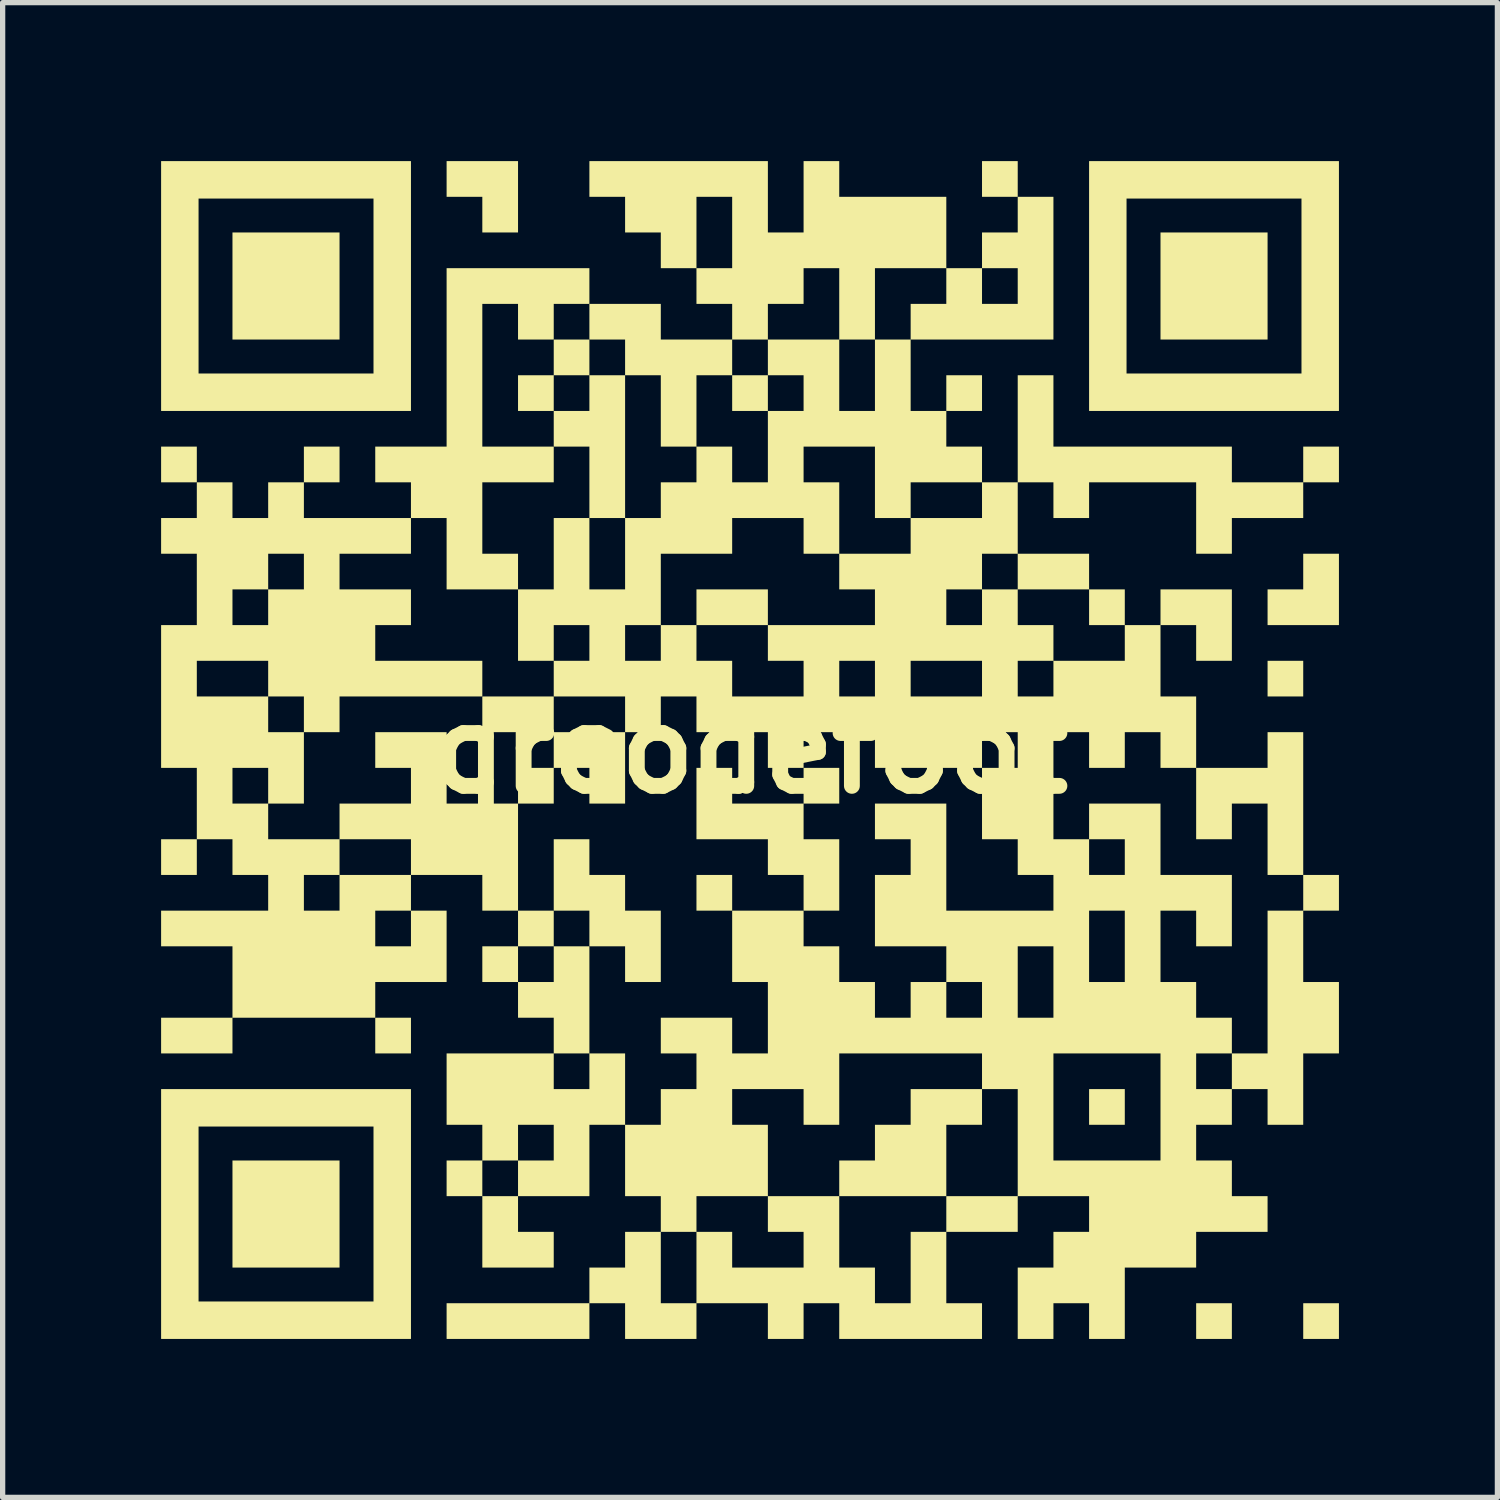
<source format=kicad_pcb>
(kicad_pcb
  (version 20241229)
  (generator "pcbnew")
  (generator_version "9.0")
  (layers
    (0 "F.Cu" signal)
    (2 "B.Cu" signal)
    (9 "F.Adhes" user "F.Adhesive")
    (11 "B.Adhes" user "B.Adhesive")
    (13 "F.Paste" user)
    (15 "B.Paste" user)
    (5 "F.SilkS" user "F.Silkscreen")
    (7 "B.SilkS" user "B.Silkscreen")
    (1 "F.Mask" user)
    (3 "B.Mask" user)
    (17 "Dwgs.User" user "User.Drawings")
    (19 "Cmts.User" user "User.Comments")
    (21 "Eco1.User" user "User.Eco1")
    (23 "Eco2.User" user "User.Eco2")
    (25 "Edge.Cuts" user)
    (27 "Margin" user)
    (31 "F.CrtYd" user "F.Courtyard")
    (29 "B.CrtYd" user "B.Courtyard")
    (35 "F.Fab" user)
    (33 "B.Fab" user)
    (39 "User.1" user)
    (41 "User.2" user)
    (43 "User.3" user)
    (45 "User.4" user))
  (footprint "qrcodefoot"
    (layer "F.Cu")
    (at 11.149 11.149)
    (property "Reference" "qrcodefoot" (at 0 0 0) (layer "F.SilkS") (effects (font (size 1.5 1.5) (thickness 0.3))))
    (attr board_only exclude_from_pos_files exclude_from_bom)
    (fp_poly (pts (xy -10.473 -5.406) (xy -10.473 -5.068) (xy -10.811 -5.068) (xy -11.149 -5.068) (xy -11.149 -5.406) (xy -11.149 -5.744) (xy -10.811 -5.744) (xy -10.473 -5.744)) (stroke (width 0) (type solid)) (fill yes) (layer "F.SilkS"))
    (fp_poly (pts (xy -7.771 -8.784) (xy -7.771 -7.771) (xy -8.784 -7.771) (xy -9.798 -7.771) (xy -9.798 -8.784) (xy -9.798 -9.798) (xy -8.784 -9.798) (xy -7.771 -9.798)) (stroke (width 0) (type solid)) (fill yes) (layer "F.SilkS"))
    (fp_poly (pts (xy -7.771 8.784) (xy -7.771 9.798) (xy -8.784 9.798) (xy -9.798 9.798) (xy -9.798 8.784) (xy -9.798 7.771) (xy -8.784 7.771) (xy -7.771 7.771)) (stroke (width 0) (type solid)) (fill yes) (layer "F.SilkS"))
    (fp_poly (pts (xy -6.419 5.406) (xy -6.419 5.744) (xy -6.757 5.744) (xy -7.095 5.744) (xy -7.095 5.406) (xy -7.095 5.068) (xy -6.757 5.068) (xy -6.419 5.068)) (stroke (width 0) (type solid)) (fill yes) (layer "F.SilkS"))
    (fp_poly (pts (xy -3.716 -0.676) (xy -3.716 -0.338) (xy -4.392 -0.338) (xy -5.068 -0.338) (xy -5.068 -0.676) (xy -5.068 -1.014) (xy -4.392 -1.014) (xy -3.716 -1.014)) (stroke (width 0) (type solid)) (fill yes) (layer "F.SilkS"))
    (fp_poly (pts (xy -0.338 2.703) (xy -0.338 3.041) (xy -0.676 3.041) (xy -1.014 3.041) (xy -1.014 2.703) (xy -1.014 2.365) (xy -0.676 2.365) (xy -0.338 2.365)) (stroke (width 0) (type solid)) (fill yes) (layer "F.SilkS"))
    (fp_poly (pts (xy 0.338 -6.757) (xy 0.338 -6.419) (xy -0.000001 -6.419) (xy -0.338 -6.419) (xy -0.338 -6.757) (xy -0.338 -7.095) (xy -0.000001 -7.095) (xy 0.338 -7.095)) (stroke (width 0) (type solid)) (fill yes) (layer "F.SilkS"))
    (fp_poly (pts (xy 0.338 -2.703) (xy 0.338 -2.365) (xy -0.338 -2.365) (xy -1.014 -2.365) (xy -1.014 -2.703) (xy -1.014 -3.041) (xy -0.338 -3.041) (xy 0.338 -3.041)) (stroke (width 0) (type solid)) (fill yes) (layer "F.SilkS"))
    (fp_poly (pts (xy 5.068 -10.811) (xy 5.068 -10.473) (xy 4.73 -10.473) (xy 4.392 -10.473) (xy 4.392 -10.811) (xy 4.392 -11.149) (xy 4.73 -11.149) (xy 5.068 -11.149)) (stroke (width 0) (type solid)) (fill yes) (layer "F.SilkS"))
    (fp_poly (pts (xy 7.095 6.757) (xy 7.095 7.095) (xy 6.757 7.095) (xy 6.419 7.095) (xy 6.419 6.757) (xy 6.419 6.419) (xy 6.757 6.419) (xy 7.095 6.419)) (stroke (width 0) (type solid)) (fill yes) (layer "F.SilkS"))
    (fp_poly (pts (xy 9.122 10.811) (xy 9.122 11.149) (xy 8.784 11.149) (xy 8.446 11.149) (xy 8.446 10.811) (xy 8.446 10.473) (xy 8.784 10.473) (xy 9.122 10.473)) (stroke (width 0) (type solid)) (fill yes) (layer "F.SilkS"))
    (fp_poly (pts (xy 9.798 -8.784) (xy 9.798 -7.771) (xy 8.784 -7.771) (xy 7.771 -7.771) (xy 7.771 -8.784) (xy 7.771 -9.798) (xy 8.784 -9.798) (xy 9.798 -9.798)) (stroke (width 0) (type solid)) (fill yes) (layer "F.SilkS"))
    (fp_poly (pts (xy 10.473 -1.351) (xy 10.473 -1.014) (xy 10.136 -1.014) (xy 9.798 -1.014) (xy 9.798 -1.351) (xy 9.798 -1.689) (xy 10.136 -1.689) (xy 10.473 -1.689)) (stroke (width 0) (type solid)) (fill yes) (layer "F.SilkS"))
    (fp_poly (pts (xy 11.149 10.811) (xy 11.149 11.149) (xy 10.811 11.149) (xy 10.473 11.149) (xy 10.473 10.811) (xy 10.473 10.473) (xy 10.811 10.473) (xy 11.149 10.473)) (stroke (width 0) (type solid)) (fill yes) (layer "F.SilkS"))
    (fp_poly (pts (xy -4.392 -10.473) (xy -4.392 -9.798) (xy -4.73 -9.798) (xy -5.068 -9.798) (xy -5.068 -10.136) (xy -5.068 -10.473) (xy -5.406 -10.473) (xy -5.744 -10.473) (xy -5.744 -10.811) (xy -5.744 -11.149) (xy -5.068 -11.149) (xy -4.392 -11.149)) (stroke (width 0) (type solid)) (fill yes) (layer "F.SilkS"))
    (fp_poly (pts (xy 11.149 -3.041) (xy 11.149 -2.365) (xy 10.473 -2.365) (xy 9.798 -2.365) (xy 9.798 -2.703) (xy 9.798 -3.041) (xy 10.136 -3.041) (xy 10.473 -3.041) (xy 10.473 -3.379) (xy 10.473 -3.716) (xy 10.811 -3.716) (xy 11.149 -3.716)) (stroke (width 0) (type solid)) (fill yes) (layer "F.SilkS"))
    (fp_poly (pts (xy -6.419 -8.784) (xy -6.419 -6.419) (xy -8.784 -6.419) (xy -11.149 -6.419) (xy -11.149 -8.784) (xy -10.44 -8.784) (xy -10.44 -7.128) (xy -8.784 -7.128) (xy -7.128 -7.128) (xy -7.128 -8.784) (xy -7.128 -10.44) (xy -8.784 -10.44) (xy -10.44 -10.44) (xy -10.44 -8.784) (xy -11.149 -8.784) (xy -11.149 -11.149) (xy -8.784 -11.149) (xy -6.419 -11.149)) (stroke (width 0) (type solid)) (fill yes) (layer "F.SilkS"))
    (fp_poly (pts (xy -6.419 8.784) (xy -6.419 11.149) (xy -8.784 11.149) (xy -11.149 11.149) (xy -11.149 8.784) (xy -10.44 8.784) (xy -10.44 10.44) (xy -8.784 10.44) (xy -7.128 10.44) (xy -7.128 8.784) (xy -7.128 7.128) (xy -8.784 7.128) (xy -10.44 7.128) (xy -10.44 8.784) (xy -11.149 8.784) (xy -11.149 6.419) (xy -8.784 6.419) (xy -6.419 6.419)) (stroke (width 0) (type solid)) (fill yes) (layer "F.SilkS"))
    (fp_poly (pts (xy 11.149 -8.784) (xy 11.149 -6.419) (xy 8.784 -6.419) (xy 6.419 -6.419) (xy 6.419 -8.784) (xy 7.128 -8.784) (xy 7.128 -7.128) (xy 8.784 -7.128) (xy 10.44 -7.128) (xy 10.44 -8.784) (xy 10.44 -10.44) (xy 8.784 -10.44) (xy 7.128 -10.44) (xy 7.128 -8.784) (xy 6.419 -8.784) (xy 6.419 -11.149) (xy 8.784 -11.149) (xy 11.149 -11.149)) (stroke (width 0) (type solid)) (fill yes) (layer "F.SilkS"))
    (fp_poly (pts (xy -2.365 0.338) (xy -2.365 1.014) (xy -2.703 1.014) (xy -3.041 1.014) (xy -3.041 0.676) (xy -3.041 0.338) (xy -3.379 0.338) (xy -3.716 0.338) (xy -3.716 0.676) (xy -3.716 1.014) (xy -4.054 1.014) (xy -4.392 1.014) (xy -4.392 0.676) (xy -4.392 0.338) (xy -4.054 0.338) (xy -3.716 0.338) (xy -3.716 -0.000001) (xy -3.716 -0.338) (xy -3.041 -0.338) (xy -2.365 -0.338)) (stroke (width 0) (type solid)) (fill yes) (layer "F.SilkS"))
    (fp_poly (pts (xy 4.392 6.757) (xy 4.392 7.095) (xy 4.054 7.095) (xy 3.716 7.095) (xy 3.716 7.771) (xy 3.716 8.446) (xy 2.703 8.446) (xy 1.689 8.446) (xy 1.689 8.109) (xy 1.689 7.771) (xy 2.027 7.771) (xy 2.365 7.771) (xy 2.365 7.433) (xy 2.365 7.095) (xy 2.703 7.095) (xy 3.041 7.095) (xy 3.041 6.757) (xy 3.041 6.419) (xy 3.716 6.419) (xy 4.392 6.419)) (stroke (width 0) (type solid)) (fill yes) (layer "F.SilkS"))
    (fp_poly (pts (xy -3.041 2.027) (xy -3.041 2.365) (xy -2.703 2.365) (xy -2.365 2.365) (xy -2.365 2.703) (xy -2.365 3.041) (xy -2.027 3.041) (xy -1.689 3.041) (xy -1.689 3.716) (xy -1.689 4.392) (xy -2.027 4.392) (xy -2.365 4.392) (xy -2.365 4.054) (xy -2.365 3.716) (xy -2.703 3.716) (xy -3.041 3.716) (xy -3.041 3.379) (xy -3.041 3.041) (xy -3.379 3.041) (xy -3.716 3.041) (xy -3.716 2.365) (xy -3.716 1.689) (xy -3.379 1.689) (xy -3.041 1.689)) (stroke (width 0) (type solid)) (fill yes) (layer "F.SilkS"))
    (fp_poly (pts (xy -3.041 -7.433) (xy -3.041 -7.095) (xy -3.379 -7.095) (xy -3.716 -7.095) (xy -3.716 -6.757) (xy -3.716 -6.419) (xy -3.379 -6.419) (xy -3.041 -6.419) (xy -3.041 -6.757) (xy -3.041 -7.095) (xy -2.703 -7.095) (xy -2.365 -7.095) (xy -2.365 -5.744) (xy -2.365 -4.392) (xy -2.703 -4.392) (xy -3.041 -4.392) (xy -3.041 -5.068) (xy -3.041 -5.744) (xy -3.379 -5.744) (xy -3.716 -5.744) (xy -3.716 -6.081) (xy -3.716 -6.419) (xy -4.054 -6.419) (xy -4.392 -6.419) (xy -4.392 -6.757) (xy -4.392 -7.095) (xy -4.054 -7.095) (xy -3.716 -7.095) (xy -3.716 -7.433) (xy -3.716 -7.771) (xy -3.379 -7.771) (xy -3.041 -7.771)) (stroke (width 0) (type solid)) (fill yes) (layer "F.SilkS"))
    (fp_poly (pts (xy -0.338 0.676) (xy -0.338 1.014) (xy 0.338 1.014) (xy 1.014 1.014) (xy 1.014 0.676) (xy 1.014 0.338) (xy 1.351 0.338) (xy 1.689 0.338) (xy 1.689 0.676) (xy 1.689 1.014) (xy 1.351 1.014) (xy 1.014 1.014) (xy 1.014 1.351) (xy 1.014 1.689) (xy 1.351 1.689) (xy 1.689 1.689) (xy 1.689 2.365) (xy 1.689 3.041) (xy 1.351 3.041) (xy 1.014 3.041) (xy 1.014 2.703) (xy 1.014 2.365) (xy 0.676 2.365) (xy 0.338 2.365) (xy 0.338 2.027) (xy 0.338 1.689) (xy -0.338 1.689) (xy -1.014 1.689) (xy -1.014 1.014) (xy -1.014 0.338) (xy -0.676 0.338) (xy -0.338 0.338)) (stroke (width 0) (type solid)) (fill yes) (layer "F.SilkS"))
    (fp_poly (pts (xy -3.041 -8.784) (xy -3.041 -8.446) (xy -3.379 -8.446) (xy -3.716 -8.446) (xy -3.716 -8.109) (xy -3.716 -7.771) (xy -4.054 -7.771) (xy -4.392 -7.771) (xy -4.392 -8.109) (xy -4.392 -8.446) (xy -4.73 -8.446) (xy -5.068 -8.446) (xy -5.068 -7.095) (xy -5.068 -5.744) (xy -4.392 -5.744) (xy -3.716 -5.744) (xy -3.716 -5.406) (xy -3.716 -5.068) (xy -4.392 -5.068) (xy -5.068 -5.068) (xy -5.068 -4.392) (xy -5.068 -3.716) (xy -4.73 -3.716) (xy -4.392 -3.716) (xy -4.392 -3.379) (xy -4.392 -3.041) (xy -5.068 -3.041) (xy -5.744 -3.041) (xy -5.744 -3.716) (xy -5.744 -4.392) (xy -6.081 -4.392) (xy -6.419 -4.392) (xy -6.419 -4.054) (xy -6.419 -3.716) (xy -7.095 -3.716) (xy -7.771 -3.716) (xy -7.771 -3.379) (xy -7.771 -3.041) (xy -7.095 -3.041) (xy -6.419 -3.041) (xy -6.419 -2.703) (xy -6.419 -2.365) (xy -6.757 -2.365) (xy -7.095 -2.365) (xy -7.095 -2.027) (xy -7.095 -1.689) (xy -6.081 -1.689) (xy -5.068 -1.689) (xy -5.068 -1.351) (xy -5.068 -1.014) (xy -6.419 -1.014) (xy -7.771 -1.014) (xy -7.771 -0.676) (xy -7.771 -0.338) (xy -8.109 -0.338) (xy -8.446 -0.338) (xy -8.446 -0.676) (xy -8.446 -1.014) (xy -8.784 -1.014) (xy -9.122 -1.014) (xy -9.122 -0.676) (xy -9.122 -0.338) (xy -8.784 -0.338) (xy -8.446 -0.338) (xy -8.446 0.338) (xy -8.446 1.014) (xy -8.784 1.014) (xy -9.122 1.014) (xy -9.122 0.676) (xy -9.122 0.338) (xy -9.46 0.338) (xy -9.798 0.338) (xy -9.798 0.676) (xy -9.798 1.014) (xy -9.46 1.014) (xy -9.122 1.014) (xy -9.122 1.351) (xy -9.122 1.689) (xy -8.446 1.689) (xy -7.771 1.689) (xy -7.771 1.351) (xy -7.771 1.014) (xy -7.095 1.014) (xy -6.419 1.014) (xy -6.419 0.676) (xy -6.419 0.338) (xy -6.757 0.338) (xy -7.095 0.338) (xy -7.095 -0.000001) (xy -7.095 -0.338) (xy -6.419 -0.338) (xy -5.744 -0.338) (xy -5.744 0.338) (xy -5.744 1.014) (xy -5.068 1.014) (xy -4.392 1.014) (xy -4.392 2.027) (xy -4.392 3.041) (xy -4.73 3.041) (xy -5.068 3.041) (xy -5.068 2.703) (xy -5.068 2.365) (xy -5.744 2.365) (xy -6.419 2.365) (xy -6.419 2.703) (xy -6.419 3.041) (xy -6.757 3.041) (xy -7.095 3.041) (xy -7.095 3.379) (xy -7.095 3.716) (xy -6.757 3.716) (xy -6.419 3.716) (xy -6.419 3.379) (xy -6.419 3.041) (xy -6.081 3.041) (xy -5.744 3.041) (xy -5.744 3.716) (xy -5.744 4.392) (xy -6.419 4.392) (xy -7.095 4.392) (xy -7.095 4.73) (xy -7.095 5.068) (xy -8.446 5.068) (xy -9.798 5.068) (xy -9.798 5.406) (xy -9.798 5.744) (xy -10.473 5.744) (xy -11.149 5.744) (xy -11.149 5.406) (xy -11.149 5.068) (xy -10.473 5.068) (xy -9.798 5.068) (xy -9.798 4.392) (xy -9.798 3.716) (xy -10.473 3.716) (xy -11.149 3.716) (xy -11.149 3.379) (xy -11.149 3.041) (xy -10.136 3.041) (xy -9.122 3.041) (xy -9.122 2.703) (xy -9.122 2.365) (xy -8.446 2.365) (xy -8.446 2.703) (xy -8.446 3.041) (xy -8.109 3.041) (xy -7.771 3.041) (xy -7.771 2.703) (xy -7.771 2.365) (xy -7.095 2.365) (xy -6.419 2.365) (xy -6.419 2.027) (xy -6.419 1.689) (xy -7.095 1.689) (xy -7.771 1.689) (xy -7.771 2.027) (xy -7.771 2.365) (xy -8.109 2.365) (xy -8.446 2.365) (xy -9.122 2.365) (xy -9.46 2.365) (xy -9.798 2.365) (xy -9.798 2.027) (xy -9.798 1.689) (xy -10.136 1.689) (xy -10.473 1.689) (xy -10.473 2.027) (xy -10.473 2.365) (xy -10.811 2.365) (xy -11.149 2.365) (xy -11.149 2.027) (xy -11.149 1.689) (xy -10.811 1.689) (xy -10.473 1.689) (xy -10.473 1.014) (xy -10.473 0.338) (xy -10.811 0.338) (xy -11.149 0.338) (xy -11.149 -1.014) (xy -11.149 -1.351) (xy -10.473 -1.351) (xy -10.473 -1.014) (xy -9.798 -1.014) (xy -9.122 -1.014) (xy -9.122 -1.351) (xy -9.122 -1.689) (xy -9.798 -1.689) (xy -10.473 -1.689) (xy -10.473 -1.351) (xy -11.149 -1.351) (xy -11.149 -2.365) (xy -10.811 -2.365) (xy -10.473 -2.365) (xy -10.473 -3.041) (xy -9.798 -3.041) (xy -9.798 -2.703) (xy -9.798 -2.365) (xy -9.46 -2.365) (xy -9.122 -2.365) (xy -9.122 -2.703) (xy -9.122 -3.041) (xy -8.784 -3.041) (xy -8.446 -3.041) (xy -8.446 -3.379) (xy -8.446 -3.716) (xy -8.784 -3.716) (xy -9.122 -3.716) (xy -9.122 -3.379) (xy -9.122 -3.041) (xy -9.46 -3.041) (xy -9.798 -3.041) (xy -10.473 -3.041) (xy -10.473 -3.716) (xy -10.811 -3.716) (xy -11.149 -3.716) (xy -11.149 -4.054) (xy -11.149 -4.392) (xy -10.811 -4.392) (xy -10.473 -4.392) (xy -10.473 -4.73) (xy -10.473 -5.068) (xy -10.136 -5.068) (xy -9.798 -5.068) (xy -9.798 -4.73) (xy -9.798 -4.392) (xy -9.46 -4.392) (xy -9.122 -4.392) (xy -9.122 -4.73) (xy -9.122 -5.068) (xy -8.784 -5.068) (xy -8.446 -5.068) (xy -8.446 -5.406) (xy -8.446 -5.744) (xy -8.109 -5.744) (xy -7.771 -5.744) (xy -7.771 -5.406) (xy -7.771 -5.068) (xy -8.109 -5.068) (xy -8.446 -5.068) (xy -8.446 -4.73) (xy -8.446 -4.392) (xy -7.433 -4.392) (xy -6.419 -4.392) (xy -6.419 -4.73) (xy -6.419 -5.068) (xy -6.757 -5.068) (xy -7.095 -5.068) (xy -7.095 -5.406) (xy -7.095 -5.744) (xy -6.419 -5.744) (xy -5.744 -5.744) (xy -5.744 -7.433) (xy -5.744 -9.122) (xy -4.392 -9.122) (xy -3.041 -9.122)) (stroke (width 0) (type solid)) (fill yes) (layer "F.SilkS"))
    (fp_poly (pts (xy 0.338 -10.473) (xy 0.338 -9.798) (xy 0.676 -9.798) (xy 1.014 -9.798) (xy 1.014 -10.473) (xy 1.014 -11.149) (xy 1.351 -11.149) (xy 1.689 -11.149) (xy 1.689 -10.811) (xy 1.689 -10.473) (xy 2.703 -10.473) (xy 3.716 -10.473) (xy 3.716 -9.798) (xy 3.716 -9.122) (xy 4.054 -9.122) (xy 4.392 -9.122) (xy 4.392 -9.46) (xy 4.392 -9.798) (xy 4.73 -9.798) (xy 5.068 -9.798) (xy 5.068 -10.136) (xy 5.068 -10.473) (xy 5.406 -10.473) (xy 5.744 -10.473) (xy 5.744 -9.122) (xy 5.744 -7.771) (xy 4.392 -7.771) (xy 3.041 -7.771) (xy 3.041 -7.095) (xy 3.041 -6.419) (xy 3.379 -6.419) (xy 3.716 -6.419) (xy 3.716 -6.757) (xy 3.716 -7.095) (xy 4.054 -7.095) (xy 4.392 -7.095) (xy 4.392 -6.757) (xy 4.392 -6.419) (xy 4.054 -6.419) (xy 3.716 -6.419) (xy 3.716 -6.081) (xy 3.716 -5.744) (xy 4.054 -5.744) (xy 4.392 -5.744) (xy 4.392 -5.406) (xy 4.392 -5.068) (xy 4.73 -5.068) (xy 5.068 -5.068) (xy 5.068 -6.081) (xy 5.068 -7.095) (xy 5.406 -7.095) (xy 5.744 -7.095) (xy 5.744 -6.419) (xy 5.744 -5.744) (xy 7.433 -5.744) (xy 9.122 -5.744) (xy 9.122 -5.406) (xy 9.122 -5.068) (xy 9.798 -5.068) (xy 10.473 -5.068) (xy 10.473 -5.406) (xy 10.473 -5.744) (xy 10.811 -5.744) (xy 11.149 -5.744) (xy 11.149 -5.406) (xy 11.149 -5.068) (xy 10.811 -5.068) (xy 10.473 -5.068) (xy 10.473 -4.73) (xy 10.473 -4.392) (xy 9.798 -4.392) (xy 9.122 -4.392) (xy 9.122 -4.054) (xy 9.122 -3.716) (xy 8.784 -3.716) (xy 8.446 -3.716) (xy 8.446 -4.392) (xy 8.446 -5.068) (xy 7.433 -5.068) (xy 6.419 -5.068) (xy 6.419 -4.73) (xy 6.419 -4.392) (xy 6.081 -4.392) (xy 5.744 -4.392) (xy 5.744 -4.73) (xy 5.744 -5.068) (xy 5.406 -5.068) (xy 5.068 -5.068) (xy 5.068 -4.392) (xy 5.068 -3.716) (xy 4.73 -3.716) (xy 4.392 -3.716) (xy 4.392 -3.379) (xy 4.392 -3.041) (xy 4.054 -3.041) (xy 3.716 -3.041) (xy 3.716 -2.703) (xy 3.716 -2.365) (xy 4.054 -2.365) (xy 4.392 -2.365) (xy 4.392 -2.703) (xy 4.392 -3.041) (xy 4.73 -3.041) (xy 5.068 -3.041) (xy 5.068 -3.379) (xy 5.068 -3.716) (xy 5.744 -3.716) (xy 6.419 -3.716) (xy 6.419 -3.379) (xy 6.419 -3.041) (xy 5.744 -3.041) (xy 5.068 -3.041) (xy 5.068 -2.703) (xy 5.068 -2.365) (xy 5.406 -2.365) (xy 5.744 -2.365) (xy 5.744 -2.027) (xy 5.744 -1.689) (xy 5.406 -1.689) (xy 5.068 -1.689) (xy 5.068 -1.351) (xy 5.068 -1.014) (xy 5.406 -1.014) (xy 5.744 -1.014) (xy 5.744 -1.351) (xy 5.744 -1.689) (xy 6.419 -1.689) (xy 7.095 -1.689) (xy 7.095 -2.027) (xy 7.095 -2.365) (xy 6.757 -2.365) (xy 6.419 -2.365) (xy 6.419 -2.703) (xy 6.419 -3.041) (xy 6.757 -3.041) (xy 7.095 -3.041) (xy 7.095 -2.703) (xy 7.095 -2.365) (xy 7.433 -2.365) (xy 7.771 -2.365) (xy 7.771 -2.703) (xy 7.771 -3.041) (xy 8.446 -3.041) (xy 9.122 -3.041) (xy 9.122 -2.365) (xy 9.122 -1.689) (xy 8.784 -1.689) (xy 8.446 -1.689) (xy 8.446 -2.027) (xy 8.446 -2.365) (xy 8.109 -2.365) (xy 7.771 -2.365) (xy 7.771 -1.689) (xy 7.771 -1.014) (xy 8.109 -1.014) (xy 8.446 -1.014) (xy 8.446 -0.338) (xy 8.446 0.338) (xy 9.122 0.338) (xy 9.798 0.338) (xy 9.798 -0.000001) (xy 9.798 -0.338) (xy 10.136 -0.338) (xy 10.473 -0.338) (xy 10.473 1.014) (xy 10.473 2.365) (xy 10.136 2.365) (xy 9.798 2.365) (xy 9.798 1.689) (xy 9.798 1.014) (xy 9.46 1.014) (xy 9.122 1.014) (xy 9.122 1.351) (xy 9.122 1.689) (xy 8.784 1.689) (xy 8.446 1.689) (xy 8.446 1.014) (xy 8.446 0.338) (xy 8.109 0.338) (xy 7.771 0.338) (xy 7.771 -0.000001) (xy 7.771 -0.338) (xy 7.433 -0.338) (xy 7.095 -0.338) (xy 7.095 -0.000001) (xy 7.095 0.338) (xy 6.757 0.338) (xy 6.419 0.338) (xy 6.419 -0.000001) (xy 6.419 -0.338) (xy 6.081 -0.338) (xy 5.744 -0.338) (xy 5.744 0.676) (xy 5.744 1.689) (xy 6.081 1.689) (xy 6.419 1.689) (xy 6.419 1.351) (xy 6.419 1.014) (xy 7.095 1.014) (xy 7.771 1.014) (xy 7.771 1.689) (xy 7.771 2.365) (xy 8.446 2.365) (xy 9.122 2.365) (xy 9.122 3.041) (xy 9.122 3.716) (xy 8.784 3.716) (xy 8.446 3.716) (xy 8.446 3.379) (xy 8.446 3.041) (xy 8.109 3.041) (xy 7.771 3.041) (xy 7.771 3.716) (xy 7.771 4.392) (xy 8.109 4.392) (xy 8.446 4.392) (xy 8.446 4.73) (xy 8.446 5.068) (xy 8.784 5.068) (xy 9.122 5.068) (xy 9.122 5.406) (xy 9.122 5.744) (xy 8.784 5.744) (xy 8.446 5.744) (xy 8.446 6.081) (xy 8.446 6.419) (xy 8.784 6.419) (xy 9.122 6.419) (xy 9.122 6.081) (xy 9.122 5.744) (xy 9.46 5.744) (xy 9.798 5.744) (xy 9.798 4.392) (xy 9.798 3.041) (xy 10.136 3.041) (xy 10.473 3.041) (xy 10.473 2.703) (xy 10.473 2.365) (xy 10.811 2.365) (xy 11.149 2.365) (xy 11.149 2.703) (xy 11.149 3.041) (xy 10.811 3.041) (xy 10.473 3.041) (xy 10.473 3.716) (xy 10.473 4.392) (xy 10.811 4.392) (xy 11.149 4.392) (xy 11.149 5.068) (xy 11.149 5.744) (xy 10.811 5.744) (xy 10.473 5.744) (xy 10.473 6.419) (xy 10.473 7.095) (xy 10.136 7.095) (xy 9.798 7.095) (xy 9.798 6.757) (xy 9.798 6.419) (xy 9.46 6.419) (xy 9.122 6.419) (xy 9.122 6.757) (xy 9.122 7.095) (xy 8.784 7.095) (xy 8.446 7.095) (xy 8.446 7.433) (xy 8.446 7.771) (xy 8.784 7.771) (xy 9.122 7.771) (xy 9.122 8.109) (xy 9.122 8.446) (xy 9.46 8.446) (xy 9.798 8.446) (xy 9.798 8.784) (xy 9.798 9.122) (xy 9.122 9.122) (xy 8.446 9.122) (xy 8.446 9.46) (xy 8.446 9.798) (xy 7.771 9.798) (xy 7.095 9.798) (xy 7.095 10.473) (xy 7.095 11.149) (xy 6.757 11.149) (xy 6.419 11.149) (xy 6.419 10.811) (xy 6.419 10.473) (xy 6.081 10.473) (xy 5.744 10.473) (xy 5.744 10.811) (xy 5.744 11.149) (xy 5.406 11.149) (xy 5.068 11.149) (xy 5.068 10.473) (xy 5.068 9.798) (xy 5.406 9.798) (xy 5.744 9.798) (xy 5.744 9.46) (xy 5.744 9.122) (xy 6.081 9.122) (xy 6.419 9.122) (xy 6.419 8.784) (xy 6.419 8.446) (xy 5.744 8.446) (xy 5.068 8.446) (xy 5.068 8.784) (xy 5.068 9.122) (xy 4.392 9.122) (xy 3.716 9.122) (xy 3.716 9.798) (xy 3.716 10.473) (xy 4.054 10.473) (xy 4.392 10.473) (xy 4.392 10.811) (xy 4.392 11.149) (xy 3.041 11.149) (xy 1.689 11.149) (xy 1.689 10.811) (xy 1.689 10.473) (xy 1.351 10.473) (xy 1.014 10.473) (xy 1.014 10.811) (xy 1.014 11.149) (xy 0.676 11.149) (xy 0.338 11.149) (xy 0.338 10.811) (xy 0.338 10.473) (xy -0.338 10.473) (xy -1.014 10.473) (xy -1.014 10.811) (xy -1.014 11.149) (xy -1.689 11.149) (xy -2.365 11.149) (xy -2.365 10.811) (xy -2.365 10.473) (xy -2.703 10.473) (xy -3.041 10.473) (xy -3.041 10.811) (xy -3.041 11.149) (xy -4.392 11.149) (xy -5.744 11.149) (xy -5.744 10.811) (xy -5.744 10.473) (xy -4.392 10.473) (xy -3.041 10.473) (xy -3.041 10.136) (xy -3.041 9.798) (xy -2.703 9.798) (xy -2.365 9.798) (xy -2.365 9.46) (xy -2.365 9.122) (xy -2.027 9.122) (xy -1.689 9.122) (xy -1.689 9.798) (xy -1.689 10.473) (xy -1.351 10.473) (xy -1.014 10.473) (xy -1.014 9.798) (xy -1.014 9.122) (xy -0.676 9.122) (xy -0.338 9.122) (xy -0.338 9.46) (xy -0.338 9.798) (xy 0.338 9.798) (xy 1.014 9.798) (xy 1.014 9.46) (xy 1.014 9.122) (xy 0.676 9.122) (xy 0.338 9.122) (xy 0.338 8.784) (xy 0.338 8.446) (xy 1.014 8.446) (xy 1.689 8.446) (xy 1.689 9.122) (xy 1.689 9.798) (xy 2.027 9.798) (xy 2.365 9.798) (xy 2.365 10.136) (xy 2.365 10.473) (xy 2.703 10.473) (xy 3.041 10.473) (xy 3.041 9.798) (xy 3.041 9.122) (xy 3.379 9.122) (xy 3.716 9.122) (xy 3.716 8.784) (xy 3.716 8.446) (xy 4.392 8.446) (xy 5.068 8.446) (xy 5.068 7.433) (xy 5.068 6.757) (xy 5.744 6.757) (xy 5.744 7.771) (xy 6.757 7.771) (xy 7.771 7.771) (xy 7.771 6.757) (xy 7.771 5.744) (xy 6.757 5.744) (xy 5.744 5.744) (xy 5.744 6.757) (xy 5.068 6.757) (xy 5.068 6.419) (xy 4.73 6.419) (xy 4.392 6.419) (xy 4.392 6.081) (xy 4.392 5.744) (xy 3.041 5.744) (xy 1.689 5.744) (xy 1.689 6.419) (xy 1.689 7.095) (xy 1.351 7.095) (xy 1.014 7.095) (xy 1.014 6.757) (xy 1.014 6.419) (xy 0.338 6.419) (xy -0.338 6.419) (xy -0.338 6.757) (xy -0.338 7.095) (xy -0.000001 7.095) (xy 0.338 7.095) (xy 0.338 7.771) (xy 0.338 8.446) (xy -0.338 8.446) (xy -1.014 8.446) (xy -1.014 8.784) (xy -1.014 9.122) (xy -1.351 9.122) (xy -1.689 9.122) (xy -1.689 8.784) (xy -1.689 8.446) (xy -2.027 8.446) (xy -2.365 8.446) (xy -2.365 7.771) (xy -2.365 7.095) (xy -2.703 7.095) (xy -3.041 7.095) (xy -3.041 7.771) (xy -3.041 8.446) (xy -3.716 8.446) (xy -4.392 8.446) (xy -4.392 8.784) (xy -4.392 9.122) (xy -4.054 9.122) (xy -3.716 9.122) (xy -3.716 9.46) (xy -3.716 9.798) (xy -4.392 9.798) (xy -5.068 9.798) (xy -5.068 9.122) (xy -5.068 8.446) (xy -5.406 8.446) (xy -5.744 8.446) (xy -5.744 8.109) (xy -5.744 7.771) (xy -5.406 7.771) (xy -5.068 7.771) (xy -5.068 8.109) (xy -5.068 8.446) (xy -4.73 8.446) (xy -4.392 8.446) (xy -4.392 8.109) (xy -4.392 7.771) (xy -4.054 7.771) (xy -3.716 7.771) (xy -3.716 7.433) (xy -3.716 7.095) (xy -4.054 7.095) (xy -4.392 7.095) (xy -4.392 7.433) (xy -4.392 7.771) (xy -4.73 7.771) (xy -5.068 7.771) (xy -5.068 7.433) (xy -5.068 7.095) (xy -5.406 7.095) (xy -5.744 7.095) (xy -5.744 6.419) (xy -5.744 5.744) (xy -4.73 5.744) (xy -3.716 5.744) (xy -3.716 5.406) (xy -3.716 5.068) (xy -4.054 5.068) (xy -4.392 5.068) (xy -4.392 4.73) (xy -4.392 4.392) (xy -4.73 4.392) (xy -5.068 4.392) (xy -5.068 4.054) (xy -5.068 3.716) (xy -4.73 3.716) (xy -4.392 3.716) (xy -4.392 3.379) (xy -4.392 3.041) (xy -4.054 3.041) (xy -3.716 3.041) (xy -3.716 3.379) (xy -3.716 3.716) (xy -4.054 3.716) (xy -4.392 3.716) (xy -4.392 4.054) (xy -4.392 4.392) (xy -4.054 4.392) (xy -3.716 4.392) (xy -3.716 4.054) (xy -3.716 3.716) (xy -3.379 3.716) (xy -3.041 3.716) (xy -3.041 4.73) (xy -3.041 5.744) (xy -3.379 5.744) (xy -3.716 5.744) (xy -3.716 6.081) (xy -3.716 6.419) (xy -3.379 6.419) (xy -3.041 6.419) (xy -3.041 6.081) (xy -3.041 5.744) (xy -2.703 5.744) (xy -2.365 5.744) (xy -2.365 6.419) (xy -2.365 7.095) (xy -2.027 7.095) (xy -1.689 7.095) (xy -1.689 6.757) (xy -1.689 6.419) (xy -1.351 6.419) (xy -1.014 6.419) (xy -1.014 6.081) (xy -1.014 5.744) (xy -1.351 5.744) (xy -1.689 5.744) (xy -1.689 5.406) (xy -1.689 5.068) (xy -1.014 5.068) (xy -0.338 5.068) (xy -0.338 5.406) (xy -0.338 5.744) (xy -0.000001 5.744) (xy 0.338 5.744) (xy 0.338 5.068) (xy 0.338 4.392) (xy -0.000001 4.392) (xy -0.338 4.392) (xy -0.338 3.716) (xy -0.338 3.041) (xy 0.338 3.041) (xy 1.014 3.041) (xy 1.014 3.379) (xy 1.014 3.716) (xy 1.351 3.716) (xy 1.689 3.716) (xy 1.689 4.054) (xy 1.689 4.392) (xy 2.027 4.392) (xy 2.365 4.392) (xy 2.365 4.73) (xy 2.365 5.068) (xy 2.703 5.068) (xy 3.041 5.068) (xy 3.041 4.73) (xy 3.716 4.73) (xy 3.716 5.068) (xy 4.054 5.068) (xy 4.392 5.068) (xy 4.392 4.73) (xy 4.392 4.392) (xy 5.068 4.392) (xy 5.068 5.068) (xy 5.406 5.068) (xy 5.744 5.068) (xy 5.744 4.392) (xy 5.744 3.716) (xy 6.419 3.716) (xy 6.419 4.392) (xy 6.757 4.392) (xy 7.095 4.392) (xy 7.095 3.716) (xy 7.095 3.041) (xy 6.757 3.041) (xy 6.419 3.041) (xy 6.419 3.716) (xy 5.744 3.716) (xy 5.406 3.716) (xy 5.068 3.716) (xy 5.068 4.392) (xy 4.392 4.392) (xy 4.054 4.392) (xy 3.716 4.392) (xy 3.716 4.73) (xy 3.041 4.73) (xy 3.041 4.392) (xy 3.379 4.392) (xy 3.716 4.392) (xy 3.716 4.054) (xy 3.716 3.716) (xy 3.041 3.716) (xy 2.365 3.716) (xy 2.365 3.041) (xy 2.365 2.365) (xy 2.703 2.365) (xy 3.041 2.365) (xy 3.041 2.027) (xy 3.041 1.689) (xy 2.703 1.689) (xy 2.365 1.689) (xy 2.365 1.351) (xy 2.365 1.014) (xy 3.041 1.014) (xy 3.716 1.014) (xy 3.716 2.027) (xy 3.716 3.041) (xy 4.73 3.041) (xy 5.744 3.041) (xy 5.744 2.703) (xy 5.744 2.365) (xy 5.406 2.365) (xy 5.068 2.365) (xy 5.068 2.027) (xy 6.419 2.027) (xy 6.419 2.365) (xy 6.757 2.365) (xy 7.095 2.365) (xy 7.095 2.027) (xy 7.095 1.689) (xy 6.757 1.689) (xy 6.419 1.689) (xy 6.419 2.027) (xy 5.068 2.027) (xy 5.068 1.689) (xy 4.73 1.689) (xy 4.392 1.689) (xy 4.392 1.014) (xy 4.392 0.338) (xy 4.73 0.338) (xy 5.068 0.338) (xy 5.068 -0.000001) (xy 5.068 -0.338) (xy 4.73 -0.338) (xy 4.392 -0.338) (xy 4.392 -0.000001) (xy 4.392 0.338) (xy 3.379 0.338) (xy 2.365 0.338) (xy 2.365 -0.000001) (xy 2.365 -0.338) (xy 1.689 -0.338) (xy 1.014 -0.338) (xy 1.014 -0.000001) (xy 1.014 0.338) (xy 0.676 0.338) (xy 0.338 0.338) (xy 0.338 -0.000001) (xy 0.338 -0.338) (xy -0.338 -0.338) (xy -1.014 -0.338) (xy -1.014 -0.676) (xy -1.014 -1.014) (xy -1.351 -1.014) (xy -1.689 -1.014) (xy -1.689 -0.676) (xy -1.689 -0.338) (xy -2.027 -0.338) (xy -2.365 -0.338) (xy -2.365 -0.676) (xy -2.365 -1.014) (xy -3.041 -1.014) (xy -3.716 -1.014) (xy -3.716 -1.351) (xy -3.716 -1.689) (xy -3.379 -1.689) (xy -3.041 -1.689) (xy -3.041 -2.027) (xy -3.041 -2.365) (xy -2.365 -2.365) (xy -2.365 -2.027) (xy -2.365 -1.689) (xy -2.027 -1.689) (xy -1.689 -1.689) (xy -1.689 -2.027) (xy -1.689 -2.365) (xy -1.351 -2.365) (xy -1.014 -2.365) (xy -1.014 -2.027) (xy -1.014 -1.689) (xy -0.676 -1.689) (xy -0.338 -1.689) (xy -0.338 -1.351) (xy -0.338 -1.014) (xy 0.338 -1.014) (xy 1.014 -1.014) (xy 1.014 -1.351) (xy 1.689 -1.351) (xy 1.689 -1.014) (xy 2.027 -1.014) (xy 2.365 -1.014) (xy 2.365 -1.351) (xy 3.041 -1.351) (xy 3.041 -1.014) (xy 3.716 -1.014) (xy 4.392 -1.014) (xy 4.392 -1.351) (xy 4.392 -1.689) (xy 3.716 -1.689) (xy 3.041 -1.689) (xy 3.041 -1.351) (xy 2.365 -1.351) (xy 2.365 -1.689) (xy 2.027 -1.689) (xy 1.689 -1.689) (xy 1.689 -1.351) (xy 1.014 -1.351) (xy 1.014 -1.689) (xy 0.676 -1.689) (xy 0.338 -1.689) (xy 0.338 -2.027) (xy 0.338 -2.365) (xy 1.351 -2.365) (xy 2.365 -2.365) (xy 2.365 -2.703) (xy 2.365 -3.041) (xy 2.027 -3.041) (xy 1.689 -3.041) (xy 1.689 -3.379) (xy 1.689 -3.716) (xy 2.365 -3.716) (xy 3.041 -3.716) (xy 3.041 -4.054) (xy 3.041 -4.392) (xy 3.716 -4.392) (xy 4.392 -4.392) (xy 4.392 -4.73) (xy 4.392 -5.068) (xy 3.716 -5.068) (xy 3.041 -5.068) (xy 3.041 -4.73) (xy 3.041 -4.392) (xy 2.703 -4.392) (xy 2.365 -4.392) (xy 2.365 -5.068) (xy 2.365 -5.744) (xy 1.689 -5.744) (xy 1.014 -5.744) (xy 1.014 -5.406) (xy 1.014 -5.068) (xy 1.351 -5.068) (xy 1.689 -5.068) (xy 1.689 -4.392) (xy 1.689 -3.716) (xy 1.351 -3.716) (xy 1.014 -3.716) (xy 1.014 -4.054) (xy 1.014 -4.392) (xy 0.338 -4.392) (xy -0.338 -4.392) (xy -0.338 -4.054) (xy -0.338 -3.716) (xy -1.014 -3.716) (xy -1.689 -3.716) (xy -1.689 -3.041) (xy -1.689 -2.365) (xy -2.027 -2.365) (xy -2.365 -2.365) (xy -3.041 -2.365) (xy -3.379 -2.365) (xy -3.716 -2.365) (xy -3.716 -2.027) (xy -3.716 -1.689) (xy -4.054 -1.689) (xy -4.392 -1.689) (xy -4.392 -2.365) (xy -4.392 -3.041) (xy -4.054 -3.041) (xy -3.716 -3.041) (xy -3.716 -3.716) (xy -3.716 -4.392) (xy -3.379 -4.392) (xy -3.041 -4.392) (xy -3.041 -3.716) (xy -3.041 -3.041) (xy -2.703 -3.041) (xy -2.365 -3.041) (xy -2.365 -3.716) (xy -2.365 -4.392) (xy -2.027 -4.392) (xy -1.689 -4.392) (xy -1.689 -4.73) (xy -1.689 -5.068) (xy -1.351 -5.068) (xy -1.014 -5.068) (xy -1.014 -5.406) (xy -1.014 -5.744) (xy -0.676 -5.744) (xy -0.338 -5.744) (xy -0.338 -5.406) (xy -0.338 -5.068) (xy -0.000001 -5.068) (xy 0.338 -5.068) (xy 0.338 -5.744) (xy 0.338 -6.419) (xy 0.676 -6.419) (xy 1.014 -6.419) (xy 1.014 -6.757) (xy 1.014 -7.095) (xy 0.676 -7.095) (xy 0.338 -7.095) (xy 0.338 -7.433) (xy 0.338 -7.771) (xy 1.014 -7.771) (xy 1.689 -7.771) (xy 1.689 -7.095) (xy 1.689 -6.419) (xy 2.027 -6.419) (xy 2.365 -6.419) (xy 2.365 -7.095) (xy 2.365 -7.771) (xy 2.703 -7.771) (xy 3.041 -7.771) (xy 3.041 -8.109) (xy 3.041 -8.446) (xy 3.379 -8.446) (xy 3.716 -8.446) (xy 3.716 -8.784) (xy 4.392 -8.784) (xy 4.392 -8.446) (xy 4.73 -8.446) (xy 5.068 -8.446) (xy 5.068 -8.784) (xy 5.068 -9.122) (xy 4.73 -9.122) (xy 4.392 -9.122) (xy 4.392 -8.784) (xy 3.716 -8.784) (xy 3.716 -9.122) (xy 3.041 -9.122) (xy 2.365 -9.122) (xy 2.365 -8.446) (xy 2.365 -7.771) (xy 2.027 -7.771) (xy 1.689 -7.771) (xy 1.689 -8.446) (xy 1.689 -9.122) (xy 1.351 -9.122) (xy 1.014 -9.122) (xy 1.014 -8.784) (xy 1.014 -8.446) (xy 0.676 -8.446) (xy 0.338 -8.446) (xy 0.338 -8.109) (xy 0.338 -7.771) (xy -0.000001 -7.771) (xy -0.338 -7.771) (xy -0.338 -7.433) (xy -0.338 -7.095) (xy -0.676 -7.095) (xy -1.014 -7.095) (xy -1.014 -6.419) (xy -1.014 -5.744) (xy -1.351 -5.744) (xy -1.689 -5.744) (xy -1.689 -6.419) (xy -1.689 -7.095) (xy -2.027 -7.095) (xy -2.365 -7.095) (xy -2.365 -7.433) (xy -2.365 -7.771) (xy -2.703 -7.771) (xy -3.041 -7.771) (xy -3.041 -8.109) (xy -3.041 -8.446) (xy -2.365 -8.446) (xy -1.689 -8.446) (xy -1.689 -8.109) (xy -1.689 -7.771) (xy -1.014 -7.771) (xy -0.338 -7.771) (xy -0.338 -8.109) (xy -0.338 -8.446) (xy -0.676 -8.446) (xy -1.014 -8.446) (xy -1.014 -8.784) (xy -1.014 -9.122) (xy -1.351 -9.122) (xy -1.689 -9.122) (xy -1.689 -9.46) (xy -1.689 -9.798) (xy -1.014 -9.798) (xy -1.014 -9.122) (xy -0.676 -9.122) (xy -0.338 -9.122) (xy -0.338 -9.798) (xy -0.338 -10.473) (xy -0.676 -10.473) (xy -1.014 -10.473) (xy -1.014 -9.798) (xy -1.689 -9.798) (xy -2.027 -9.798) (xy -2.365 -9.798) (xy -2.365 -10.136) (xy -2.365 -10.473) (xy -2.703 -10.473) (xy -3.041 -10.473) (xy -3.041 -10.811) (xy -3.041 -11.149) (xy -1.351 -11.149) (xy 0.338 -11.149)) (stroke (width 0) (type solid)) (fill yes) (layer "F.SilkS")))
  (gr_rect
    (start -3 -3)
    (end 25.298 25.298)
    (stroke (width 0.1) (type default))
    (fill no)
    (layer "Edge.Cuts")))
</source>
